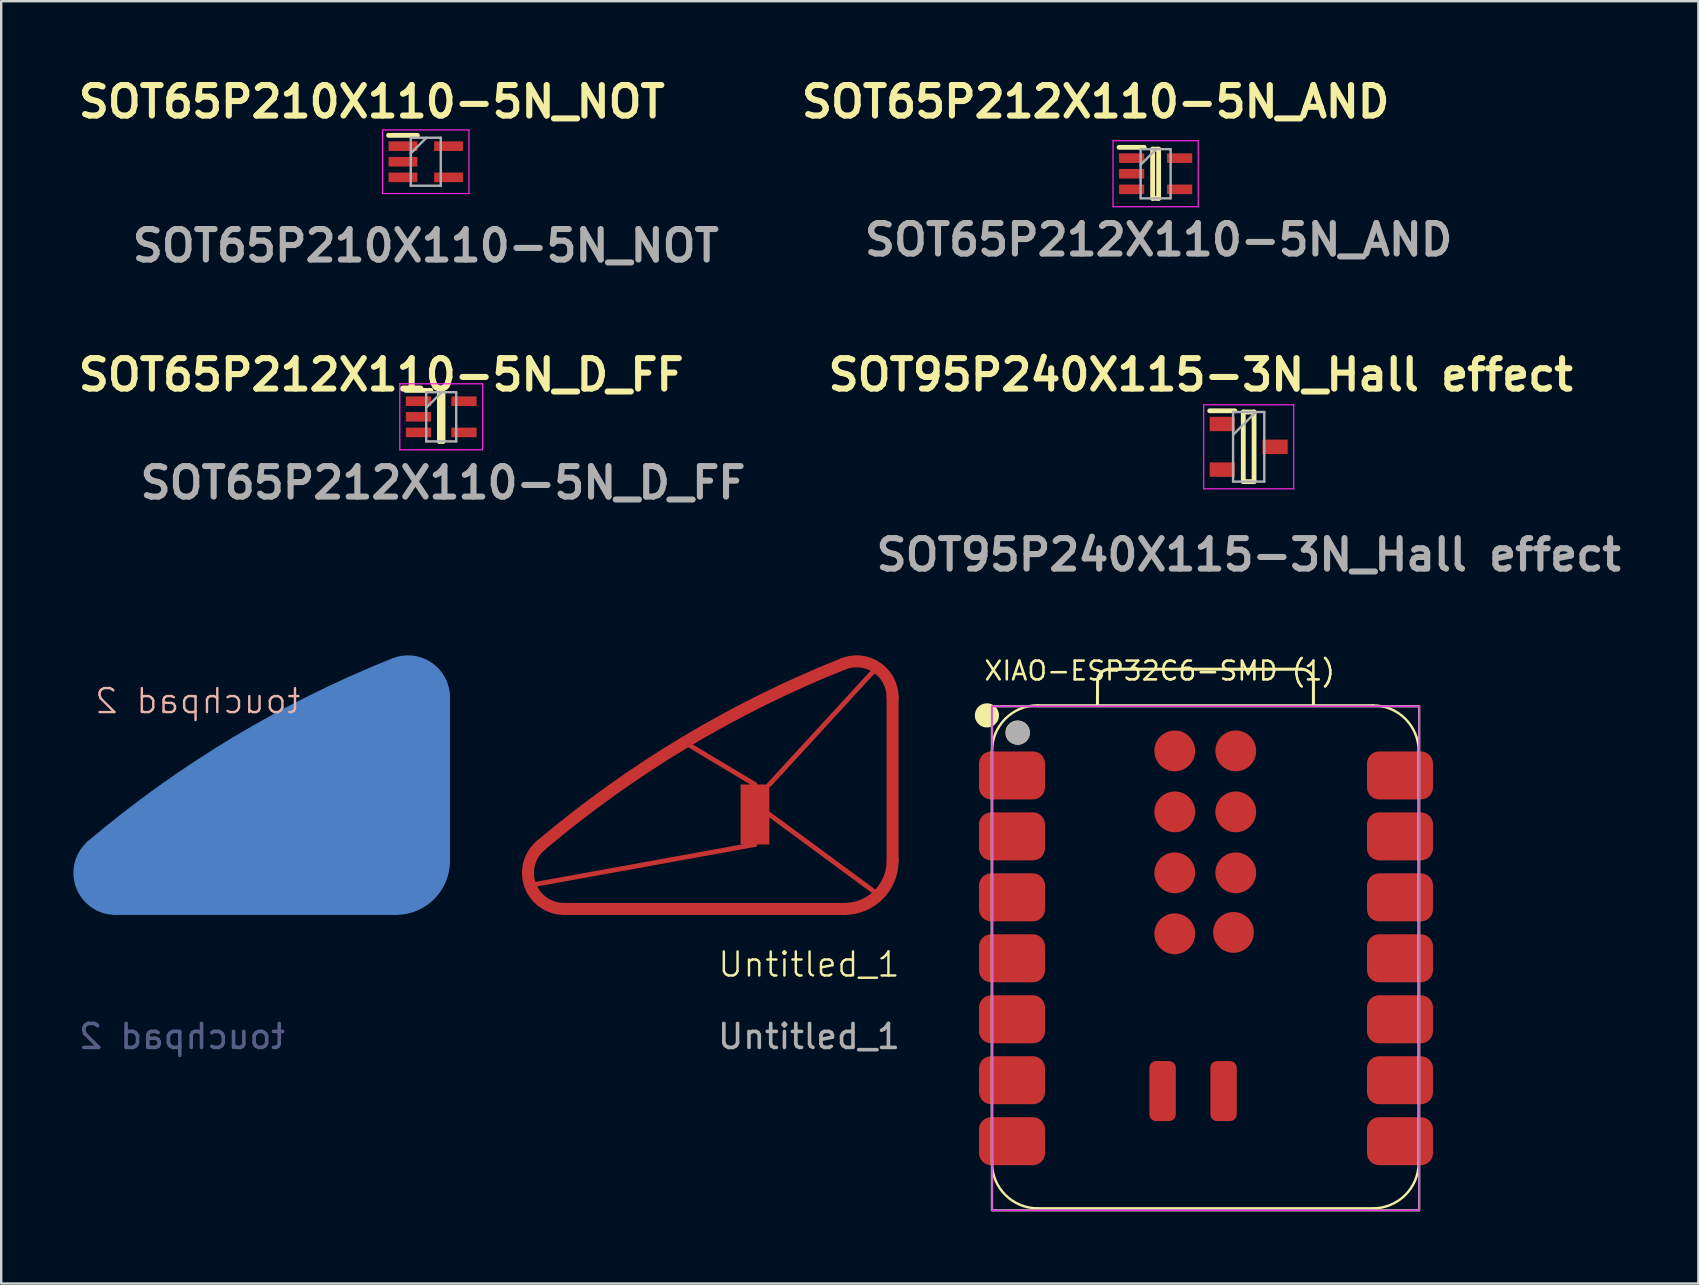
<source format=kicad_pcb>
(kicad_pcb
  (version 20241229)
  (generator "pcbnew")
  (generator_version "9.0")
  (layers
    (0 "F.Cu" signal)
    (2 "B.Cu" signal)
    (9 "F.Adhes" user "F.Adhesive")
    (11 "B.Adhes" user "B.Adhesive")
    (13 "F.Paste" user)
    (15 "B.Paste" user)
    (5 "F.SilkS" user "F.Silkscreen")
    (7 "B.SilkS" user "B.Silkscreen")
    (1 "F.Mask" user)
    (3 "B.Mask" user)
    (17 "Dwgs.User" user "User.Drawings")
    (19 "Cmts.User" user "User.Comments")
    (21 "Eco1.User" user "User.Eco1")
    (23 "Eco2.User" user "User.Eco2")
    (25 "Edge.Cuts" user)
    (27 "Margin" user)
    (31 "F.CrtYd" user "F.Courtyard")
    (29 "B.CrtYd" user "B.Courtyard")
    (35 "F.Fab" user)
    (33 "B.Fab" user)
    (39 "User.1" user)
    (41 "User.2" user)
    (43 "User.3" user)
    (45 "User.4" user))
  (footprint "SOT65P210X110-5N_NOT"
    (layer "F.Cu")
    (at 14.69 3.689)
    (property "Reference" "SOT65P210X110-5N_NOT" (at -2.25 -2.5 0) (layer "F.SilkS") (effects (font (size 1.27 1.27) (thickness 0.254))))
    (attr smd)
    (fp_line (start -1.55 -1.1) (end -0.35 -1.1) (stroke (width 0.2) (type solid)) (layer "F.SilkS"))
    (fp_line (start -1.8 -1.325) (end 1.8 -1.325) (stroke (width 0.05) (type solid)) (layer "F.CrtYd"))
    (fp_line (start -1.8 1.325) (end -1.8 -1.325) (stroke (width 0.05) (type solid)) (layer "F.CrtYd"))
    (fp_line (start 1.8 -1.325) (end 1.8 1.325) (stroke (width 0.05) (type solid)) (layer "F.CrtYd"))
    (fp_line (start 1.8 1.325) (end -1.8 1.325) (stroke (width 0.05) (type solid)) (layer "F.CrtYd"))
    (fp_line (start -0.625 -1) (end 0.625 -1) (stroke (width 0.1) (type solid)) (layer "F.Fab"))
    (fp_line (start -0.625 -0.35) (end 0.025 -1) (stroke (width 0.1) (type solid)) (layer "F.Fab"))
    (fp_line (start -0.625 1) (end -0.625 -1) (stroke (width 0.1) (type solid)) (layer "F.Fab"))
    (fp_line (start 0.625 -1) (end 0.625 1) (stroke (width 0.1) (type solid)) (layer "F.Fab"))
    (fp_line (start 0.625 1) (end -0.625 1) (stroke (width 0.1) (type solid)) (layer "F.Fab"))
    (fp_text user "${REFERENCE}" (at 0 3.5 0) (layer "F.Fab") (effects (font (size 1.27 1.27) (thickness 0.254))))
    (pad "1" smd rect (at -0.95 -0.65 90) (size 0.4 1.2) (layers "F.Cu" "F.Mask" "F.Paste"))
    (pad "2" smd rect (at -0.95 0 90) (size 0.4 1.2) (layers "F.Cu" "F.Mask" "F.Paste"))
    (pad "3" smd rect (at -0.95 0.65 90) (size 0.4 1.2) (layers "F.Cu" "F.Mask" "F.Paste"))
    (pad "4" smd rect (at 0.95 0.65 90) (size 0.4 1.2) (layers "F.Cu" "F.Mask" "F.Paste"))
    (pad "5" smd rect (at 0.95 -0.65 90) (size 0.4 1.2) (layers "F.Cu" "F.Mask" "F.Paste")))
  (footprint "SOT65P212X110-5N_AND"
    (layer "F.Cu")
    (at 45.1 4.189)
    (property "Reference" "SOT65P212X110-5N_AND" (at -2.5 -3 0) (layer "F.SilkS") (effects (font (size 1.27 1.27) (thickness 0.254))))
    (attr smd)
    (fp_line (start -1.525 -1.1) (end -0.475 -1.1) (stroke (width 0.2) (type solid)) (layer "F.SilkS"))
    (fp_line (start -0.125 -1.025) (end 0.125 -1.025) (stroke (width 0.2) (type solid)) (layer "F.SilkS"))
    (fp_line (start -0.125 1.025) (end -0.125 -1.025) (stroke (width 0.2) (type solid)) (layer "F.SilkS"))
    (fp_line (start 0.125 -1.025) (end 0.125 1.025) (stroke (width 0.2) (type solid)) (layer "F.SilkS"))
    (fp_line (start 0.125 1.025) (end -0.125 1.025) (stroke (width 0.2) (type solid)) (layer "F.SilkS"))
    (fp_line (start -1.775 -1.375) (end 1.775 -1.375) (stroke (width 0.05) (type solid)) (layer "F.CrtYd"))
    (fp_line (start -1.775 1.375) (end -1.775 -1.375) (stroke (width 0.05) (type solid)) (layer "F.CrtYd"))
    (fp_line (start 1.775 -1.375) (end 1.775 1.375) (stroke (width 0.05) (type solid)) (layer "F.CrtYd"))
    (fp_line (start 1.775 1.375) (end -1.775 1.375) (stroke (width 0.05) (type solid)) (layer "F.CrtYd"))
    (fp_line (start -0.625 -1.025) (end 0.625 -1.025) (stroke (width 0.1) (type solid)) (layer "F.Fab"))
    (fp_line (start -0.625 -0.375) (end 0.025 -1.025) (stroke (width 0.1) (type solid)) (layer "F.Fab"))
    (fp_line (start -0.625 1.025) (end -0.625 -1.025) (stroke (width 0.1) (type solid)) (layer "F.Fab"))
    (fp_line (start 0.625 -1.025) (end 0.625 1.025) (stroke (width 0.1) (type solid)) (layer "F.Fab"))
    (fp_line (start 0.625 1.025) (end -0.625 1.025) (stroke (width 0.1) (type solid)) (layer "F.Fab"))
    (fp_text user "${REFERENCE}" (at 0.125 2.75 0) (layer "F.Fab") (effects (font (size 1.27 1.27) (thickness 0.254))))
    (pad "1" smd rect (at -1 -0.65 90) (size 0.4 1.05) (layers "F.Cu" "F.Mask" "F.Paste"))
    (pad "2" smd rect (at -1 0 90) (size 0.4 1.05) (layers "F.Cu" "F.Mask" "F.Paste"))
    (pad "3" smd rect (at -1 0.65 90) (size 0.4 1.05) (layers "F.Cu" "F.Mask" "F.Paste"))
    (pad "4" smd rect (at 1 0.65 90) (size 0.4 1.05) (layers "F.Cu" "F.Mask" "F.Paste"))
    (pad "5" smd rect (at 1 -0.65 90) (size 0.4 1.05) (layers "F.Cu" "F.Mask" "F.Paste")))
  (footprint "SOT95P240X115-3N_Hall effect"
    (layer "F.Cu")
    (at 48.977 15.566)
    (property "Reference" "SOT95P240X115-3N_Hall effect" (at -2 -3 0) (layer "F.SilkS") (effects (font (size 1.27 1.27) (thickness 0.254))))
    (attr smd)
    (fp_line (start -1.625 -1.5) (end -0.575 -1.5) (stroke (width 0.2) (type solid)) (layer "F.SilkS"))
    (fp_line (start -0.225 -1.45) (end 0.225 -1.45) (stroke (width 0.2) (type solid)) (layer "F.SilkS"))
    (fp_line (start -0.225 1.45) (end -0.225 -1.45) (stroke (width 0.2) (type solid)) (layer "F.SilkS"))
    (fp_line (start 0.225 -1.45) (end 0.225 1.45) (stroke (width 0.2) (type solid)) (layer "F.SilkS"))
    (fp_line (start 0.225 1.45) (end -0.225 1.45) (stroke (width 0.2) (type solid)) (layer "F.SilkS"))
    (fp_line (start -1.875 -1.75) (end 1.875 -1.75) (stroke (width 0.05) (type solid)) (layer "F.CrtYd"))
    (fp_line (start -1.875 1.75) (end -1.875 -1.75) (stroke (width 0.05) (type solid)) (layer "F.CrtYd"))
    (fp_line (start 1.875 -1.75) (end 1.875 1.75) (stroke (width 0.05) (type solid)) (layer "F.CrtYd"))
    (fp_line (start 1.875 1.75) (end -1.875 1.75) (stroke (width 0.05) (type solid)) (layer "F.CrtYd"))
    (fp_line (start -0.65 -1.45) (end 0.65 -1.45) (stroke (width 0.1) (type solid)) (layer "F.Fab"))
    (fp_line (start -0.65 -0.5) (end 0.3 -1.45) (stroke (width 0.1) (type solid)) (layer "F.Fab"))
    (fp_line (start -0.65 1.45) (end -0.65 -1.45) (stroke (width 0.1) (type solid)) (layer "F.Fab"))
    (fp_line (start 0.65 -1.45) (end 0.65 1.45) (stroke (width 0.1) (type solid)) (layer "F.Fab"))
    (fp_line (start 0.65 1.45) (end -0.65 1.45) (stroke (width 0.1) (type solid)) (layer "F.Fab"))
    (fp_text user "${REFERENCE}" (at 0 4.5 0) (layer "F.Fab") (effects (font (size 1.27 1.27) (thickness 0.254))))
    (pad "1" smd rect (at -1.1 -0.95 90) (size 0.6 1.05) (layers "F.Cu" "F.Mask" "F.Paste"))
    (pad "2" smd rect (at -1.1 0.95 90) (size 0.6 1.05) (layers "F.Cu" "F.Mask" "F.Paste"))
    (pad "3" smd rect (at 1.1 0 90) (size 0.6 1.05) (layers "F.Cu" "F.Mask" "F.Paste")))
  (footprint "touchpad 2"
    (layer "F.Cu")
    (at 9.803 37.57)
    (property "Reference" "touchpad 2" (at -4.61 -11.41 0) (unlocked yes) (layer "B.SilkS") (effects (font (size 1 1) (thickness 0.1)) (justify mirror)))
    (attr smd)
    (fp_line (start -8.044 -2.75) (end 3.655 -2.75) (stroke (width 0.5) (type default)) (layer "B.Cu"))
    (fp_line (start -0.087 -7.934) (end -3.016 -9.687) (stroke (width 0.2) (type default)) (layer "B.Cu"))
    (fp_line (start -0.087 -5.434) (end -9.453 -3.734) (stroke (width 0.2) (type default)) (layer "B.Cu"))
    (fp_line (start 0.513 -7.934) (end 4.989 -12.806) (stroke (width 0.2) (type default)) (layer "B.Cu"))
    (fp_line (start 0.513 -6.684) (end 5.061 -3.336) (stroke (width 0.2) (type default)) (layer "B.Cu"))
    (fp_line (start 5.647 -4.75) (end 5.647 -11.577) (stroke (width 0.5) (type default)) (layer "B.Cu"))
    (fp_arc (start -9.012515 -5.395354) (mid -3.016331 -9.686976) (end 3.592004 -12.95839) (stroke (width 0.5) (type default)) (layer "B.Cu"))
    (fp_arc (start -8.043956 -2.749992) (mid -9.452489 -3.734271) (end -9.012515 -5.395354) (stroke (width 0.5) (type default)) (layer "B.Cu"))
    (fp_arc (start 3.592004 -12.95839) (mid 4.983817 -12.809567) (end 5.646868 -11.576824) (stroke (width 0.5) (type default)) (layer "B.Cu"))
    (fp_arc (start 5.646868 -4.75) (mid 5.06381 -3.338511) (end 3.654589 -2.749992) (stroke (width 0.5) (type default)) (layer "B.Cu"))
    (fp_poly (pts (xy 4.984 -12.81) (xy 5.5 -12.25) (xy 5.647 -4.25) (xy 4.25 -2.75) (xy -8.5 -2.75) (xy -9.453 -3.734) (xy -9.453 -4.5) (xy -9.013 -5.395) (xy -5.75 -8) (xy -1.5 -10.5) (xy 1.75 -12.25) (xy 3.592 -12.958) (xy 4.75 -12.958) (xy 4.984 -12.81) (xy 4.989 -12.806) (xy 5 -12.806)) (stroke (width 0.2) (type solid)) (fill yes) (layer "B.Cu"))
    (fp_line (start -8.053 -2.744) (end 3.646 -2.744) (stroke (width 0.5) (type default)) (layer "B.Mask"))
    (fp_line (start 5.638 -4.744) (end 5.638 -11.571) (stroke (width 0.5) (type default)) (layer "B.Mask"))
    (fp_arc (start -9.021294 -5.389149) (mid -3.025107 -9.680766) (end 3.583225 -12.952185) (stroke (width 0.5) (type default)) (layer "B.Mask"))
    (fp_arc (start -8.052735 -2.743787) (mid -9.461294 -3.728057) (end -9.021294 -5.389149) (stroke (width 0.5) (type default)) (layer "B.Mask"))
    (fp_arc (start 3.583225 -12.952185) (mid 4.98 -12.8) (end 5.638089 -11.570619) (stroke (width 0.5) (type default)) (layer "B.Mask"))
    (fp_arc (start 5.638089 -4.743795) (mid 5.052301 -3.32957) (end 3.64581 -2.743787) (stroke (width 0.5) (type default)) (layer "B.Mask"))
    (fp_poly (pts (xy 4.98 -12.8) (xy 5.6 -11.97) (xy 5.638 -11.546) (xy 5.638 -4.68) (xy 5.052 -3.33) (xy 4.65 -3.1) (xy 3.24 -2.76) (xy 1.63 -2.77) (xy -8.38 -2.744) (xy -8.56 -2.744) (xy -9.11 -3.27) (xy -9.37 -3.64) (xy -9.49 -4.22) (xy -9.37 -4.84) (xy -9.16 -5.18) (xy -8.68 -5.65) (xy -7.92 -6.21) (xy -6.53 -7.28) (xy -5.33 -8.21) (xy -3.25 -9.56) (xy 1.67 -12.14) (xy 3.583 -12.952) (xy 4.64 -12.952) (xy 4.98 -12.8)) (stroke (width 0.1) (type solid)) (fill yes) (layer "B.Mask"))
    (fp_text user "${REFERENCE}" (at -5.266 2.566 0) (unlocked yes) (layer "B.Fab") (effects (font (size 1 1) (thickness 0.15)) (justify mirror)))
    (pad "T2" smd rect (at -0.087 -6.684) (size 1.2 2.5) (layers "B.Cu" "B.Mask")))
  (footprint "XIAO-ESP32C6-SMD (1)"
    (layer "F.Cu")
    (at 47.398 36.857)
    (property "Reference" "XIAO-ESP32C6-SMD (1)" (at -9.5 -11.5 0) (layer "F.SilkS") (effects (font (size 0.782 0.782) (thickness 0.107)) (justify left bottom)))
    (fp_line (start -9.117 8.534) (end -9.117 -8.611) (stroke (width 0.1) (type solid)) (layer "F.SilkS"))
    (fp_line (start -7.212 10.44) (end 6.758 10.44) (stroke (width 0.1) (type solid)) (layer "F.SilkS"))
    (fp_line (start -4.722 -10.515) (end -4.718 -11.526) (stroke (width 0.127) (type solid)) (layer "F.SilkS"))
    (fp_line (start -4.218 -12.025) (end 3.777 -12.025) (stroke (width 0.127) (type solid)) (layer "F.SilkS"))
    (fp_line (start 4.277 -11.525) (end 4.277 -10.515) (stroke (width 0.127) (type solid)) (layer "F.SilkS"))
    (fp_line (start 6.758 -10.515) (end -7.212 -10.515) (stroke (width 0.1) (type solid)) (layer "F.SilkS"))
    (fp_line (start 8.663 8.534) (end 8.663 -8.611) (stroke (width 0.1) (type solid)) (layer "F.SilkS"))
    (fp_arc (start -9.1166 -8.6145) (mid -8.558638 -9.961538) (end -7.2116 -10.5195) (stroke (width 0.1) (type solid)) (layer "F.SilkS"))
    (fp_arc (start -7.2116 10.4395) (mid -8.558638 9.881538) (end -9.1166 8.5345) (stroke (width 0.1) (type solid)) (layer "F.SilkS"))
    (fp_arc (start -4.717872 -11.525772) (mid -4.571324 -11.879144) (end -4.217872 -12.0255) (stroke (width 0.127) (type default)) (layer "F.SilkS"))
    (fp_arc (start 3.7774 -12.0255) (mid 4.130953 -11.879053) (end 4.2774 -11.5255) (stroke (width 0.127) (type default)) (layer "F.SilkS"))
    (fp_arc (start 6.7584 -10.5155) (mid 8.105438 -9.957538) (end 8.6634 -8.6105) (stroke (width 0.1) (type solid)) (layer "F.SilkS"))
    (fp_arc (start 8.6634 8.5345) (mid 8.105438 9.881538) (end 6.7584 10.4395) (stroke (width 0.1) (type solid)) (layer "F.SilkS"))
    (fp_circle (center -9.327 -10.1) (end -9.327 -10.354) (stroke (width 0.5) (type solid)) (fill yes) (layer "F.SilkS"))
    (fp_circle (center -8.053 -9.383) (end -8.053 -9.636) (stroke (width 0.5) (type solid)) (fill yes) (layer "F.SilkS"))
    (fp_rect (start 8.683 10.521) (end -9.117 -10.479) (stroke (width 0.05) (type default)) (fill no) (layer "F.CrtYd"))
    (fp_rect (start -9.117 -10.479) (end 8.683 10.521) (stroke (width 0.1) (type default)) (fill no) (layer "F.Fab"))
    (fp_circle (center -8.033 -9.379) (end -8.033 -9.633) (stroke (width 0.5) (type solid)) (fill no) (layer "F.Fab"))
    (pad "1" smd roundrect (at -8.282 -7.598) (size 2.75 2) (layers "F.Cu" "F.Mask" "F.Paste") (roundrect_rratio 0.25))
    (pad "2" smd roundrect (at -8.282 -5.059) (size 2.75 2) (layers "F.Cu" "F.Mask" "F.Paste") (roundrect_rratio 0.25))
    (pad "3" smd roundrect (at -8.282 -2.518) (size 2.75 2) (layers "F.Cu" "F.Mask" "F.Paste") (roundrect_rratio 0.25))
    (pad "4" smd roundrect (at -8.282 0.021) (size 2.75 2) (layers "F.Cu" "F.Mask" "F.Paste") (roundrect_rratio 0.25))
    (pad "5" smd roundrect (at -8.282 2.562) (size 2.75 2) (layers "F.Cu" "F.Mask" "F.Paste") (roundrect_rratio 0.25))
    (pad "6" smd roundrect (at -8.282 5.101) (size 2.75 2) (layers "F.Cu" "F.Mask" "F.Paste") (roundrect_rratio 0.25))
    (pad "7" smd roundrect (at -8.282 7.641) (size 2.75 2) (layers "F.Cu" "F.Mask" "F.Paste") (roundrect_rratio 0.25))
    (pad "8" smd roundrect (at 7.883 7.641) (size 2.75 2) (layers "F.Cu" "F.Mask" "F.Paste") (roundrect_rratio 0.25))
    (pad "9" smd roundrect (at 7.883 5.101) (size 2.75 2) (layers "F.Cu" "F.Mask" "F.Paste") (roundrect_rratio 0.25))
    (pad "10" smd roundrect (at 7.883 2.562) (size 2.75 2) (layers "F.Cu" "F.Mask" "F.Paste") (roundrect_rratio 0.25))
    (pad "11" smd roundrect (at 7.883 0.021) (size 2.75 2) (layers "F.Cu" "F.Mask" "F.Paste") (roundrect_rratio 0.25))
    (pad "12" smd roundrect (at 7.883 -2.518) (size 2.75 2) (layers "F.Cu" "F.Mask" "F.Paste") (roundrect_rratio 0.25))
    (pad "13" smd roundrect (at 7.883 -5.059) (size 2.75 2) (layers "F.Cu" "F.Mask" "F.Paste") (roundrect_rratio 0.25))
    (pad "14" smd roundrect (at 7.883 -7.598) (size 2.75 2) (layers "F.Cu" "F.Mask" "F.Paste") (roundrect_rratio 0.25))
    (pad "15" smd roundrect (at -2.008 5.553 270) (size 2.5 1.1) (layers "F.Cu" "F.Mask" "F.Paste") (roundrect_rratio 0.25))
    (pad "16" smd roundrect (at 0.532 5.553 270) (size 2.5 1.1) (layers "F.Cu" "F.Mask" "F.Paste") (roundrect_rratio 0.25))
    (pad "17" smd circle (at -1.5 -8.62) (size 1.7 1.7) (layers "F.Cu" "F.Mask" "F.Paste"))
    (pad "18" smd circle (at 1.04 -8.62) (size 1.7 1.7) (layers "F.Cu" "F.Mask" "F.Paste"))
    (pad "19" smd circle (at -1.5 -6.08) (size 1.7 1.7) (layers "F.Cu" "F.Mask" "F.Paste"))
    (pad "20" smd circle (at 1.04 -6.08) (size 1.7 1.7) (layers "F.Cu" "F.Mask" "F.Paste"))
    (pad "21" smd circle (at -1.5 -3.54) (size 1.7 1.7) (layers "F.Cu" "F.Mask" "F.Paste"))
    (pad "22" smd circle (at 1.04 -3.54) (size 1.7 1.7) (layers "F.Cu" "F.Mask" "F.Paste"))
    (pad "23" smd circle (at -1.5 -1) (size 1.7 1.7) (layers "F.Cu" "F.Mask" "F.Paste"))
    (pad "24" smd circle (at 0.947 -1.057) (size 1.7 1.7) (layers "F.Cu" "F.Mask" "F.Paste")))
  (footprint "Untitled_1"
    (layer "F.Cu")
    (at 30.657 37.636)
    (property "Reference" "Untitled_1" (at 0 -0.5 0) (unlocked yes) (layer "F.SilkS") (effects (font (size 1 1) (thickness 0.1))))
    (attr smd)
    (fp_line (start -10.207 -2.816) (end 1.491 -2.816) (stroke (width 0.5) (type default)) (layer "F.Cu"))
    (fp_line (start -2.25 -8) (end -5.18 -9.753) (stroke (width 0.2) (type default)) (layer "F.Cu"))
    (fp_line (start -2.25 -5.5) (end -11.616 -3.801) (stroke (width 0.2) (type default)) (layer "F.Cu"))
    (fp_line (start -1.65 -8) (end 2.826 -12.873) (stroke (width 0.2) (type default)) (layer "F.Cu"))
    (fp_line (start -1.65 -6.75) (end 2.898 -3.402) (stroke (width 0.2) (type default)) (layer "F.Cu"))
    (fp_line (start 3.484 -4.816) (end 3.484 -11.643) (stroke (width 0.5) (type default)) (layer "F.Cu"))
    (fp_arc (start -11.17571 -5.461832) (mid -5.179523 -9.753449) (end 1.428809 -13.024868) (stroke (width 0.5) (type default)) (layer "F.Cu"))
    (fp_arc (start -10.207151 -2.81647) (mid -11.61571 -3.80074) (end -11.17571 -5.461832) (stroke (width 0.5) (type default)) (layer "F.Cu"))
    (fp_arc (start 1.428809 -13.024868) (mid 2.825584 -12.872683) (end 3.483673 -11.643302) (stroke (width 0.5) (type default)) (layer "F.Cu"))
    (fp_arc (start 3.483673 -4.816478) (mid 2.897885 -3.402253) (end 1.491394 -2.81647) (stroke (width 0.5) (type default)) (layer "F.Cu"))
    (fp_text user "${REFERENCE}" (at 0 2.5 0) (unlocked yes) (layer "F.Fab") (effects (font (size 1 1) (thickness 0.15))))
    (pad "T2" smd rect (at -2.25 -6.75) (size 1.2 2.5) (layers "F.Cu" "F.Mask" "F.Paste")))
  (footprint "SOT65P212X110-5N_D_FF"
    (layer "F.Cu")
    (at 15.333 14.316)
    (property "Reference" "SOT65P212X110-5N_D_FF" (at -2.5 -1.75 0) (layer "F.SilkS") (effects (font (size 1.27 1.27) (thickness 0.254))))
    (attr smd)
    (fp_line (start -1.475 -1.1) (end -0.425 -1.1) (stroke (width 0.2) (type solid)) (layer "F.SilkS"))
    (fp_line (start -0.075 -1.025) (end 0.075 -1.025) (stroke (width 0.2) (type solid)) (layer "F.SilkS"))
    (fp_line (start -0.075 1.025) (end -0.075 -1.025) (stroke (width 0.2) (type solid)) (layer "F.SilkS"))
    (fp_line (start 0.075 -1.025) (end 0.075 1.025) (stroke (width 0.2) (type solid)) (layer "F.SilkS"))
    (fp_line (start 0.075 1.025) (end -0.075 1.025) (stroke (width 0.2) (type solid)) (layer "F.SilkS"))
    (fp_line (start -1.725 -1.375) (end 1.725 -1.375) (stroke (width 0.05) (type solid)) (layer "F.CrtYd"))
    (fp_line (start -1.725 1.375) (end -1.725 -1.375) (stroke (width 0.05) (type solid)) (layer "F.CrtYd"))
    (fp_line (start 1.725 -1.375) (end 1.725 1.375) (stroke (width 0.05) (type solid)) (layer "F.CrtYd"))
    (fp_line (start 1.725 1.375) (end -1.725 1.375) (stroke (width 0.05) (type solid)) (layer "F.CrtYd"))
    (fp_line (start -0.625 -1.025) (end 0.625 -1.025) (stroke (width 0.1) (type solid)) (layer "F.Fab"))
    (fp_line (start -0.625 -0.375) (end 0.025 -1.025) (stroke (width 0.1) (type solid)) (layer "F.Fab"))
    (fp_line (start -0.625 1.025) (end -0.625 -1.025) (stroke (width 0.1) (type solid)) (layer "F.Fab"))
    (fp_line (start 0.625 -1.025) (end 0.625 1.025) (stroke (width 0.1) (type solid)) (layer "F.Fab"))
    (fp_line (start 0.625 1.025) (end -0.625 1.025) (stroke (width 0.1) (type solid)) (layer "F.Fab"))
    (fp_text user "${REFERENCE}" (at 0.075 2.75 0) (layer "F.Fab") (effects (font (size 1.27 1.27) (thickness 0.254))))
    (pad "1" smd rect (at -0.95 -0.65 90) (size 0.4 1.05) (layers "F.Cu" "F.Mask" "F.Paste"))
    (pad "2" smd rect (at -0.95 0 90) (size 0.4 1.05) (layers "F.Cu" "F.Mask" "F.Paste"))
    (pad "3" smd rect (at -0.95 0.65 90) (size 0.4 1.05) (layers "F.Cu" "F.Mask" "F.Paste"))
    (pad "4" smd rect (at 0.95 0.65 90) (size 0.4 1.05) (layers "F.Cu" "F.Mask" "F.Paste"))
    (pad "5" smd rect (at 0.95 -0.65 90) (size 0.4 1.05) (layers "F.Cu" "F.Mask" "F.Paste")))
  (gr_rect
    (start -3 -3)
    (end 67.713 50.429)
    (stroke (width 0.1) (type default))
    (fill no)
    (layer "Edge.Cuts")))
</source>
